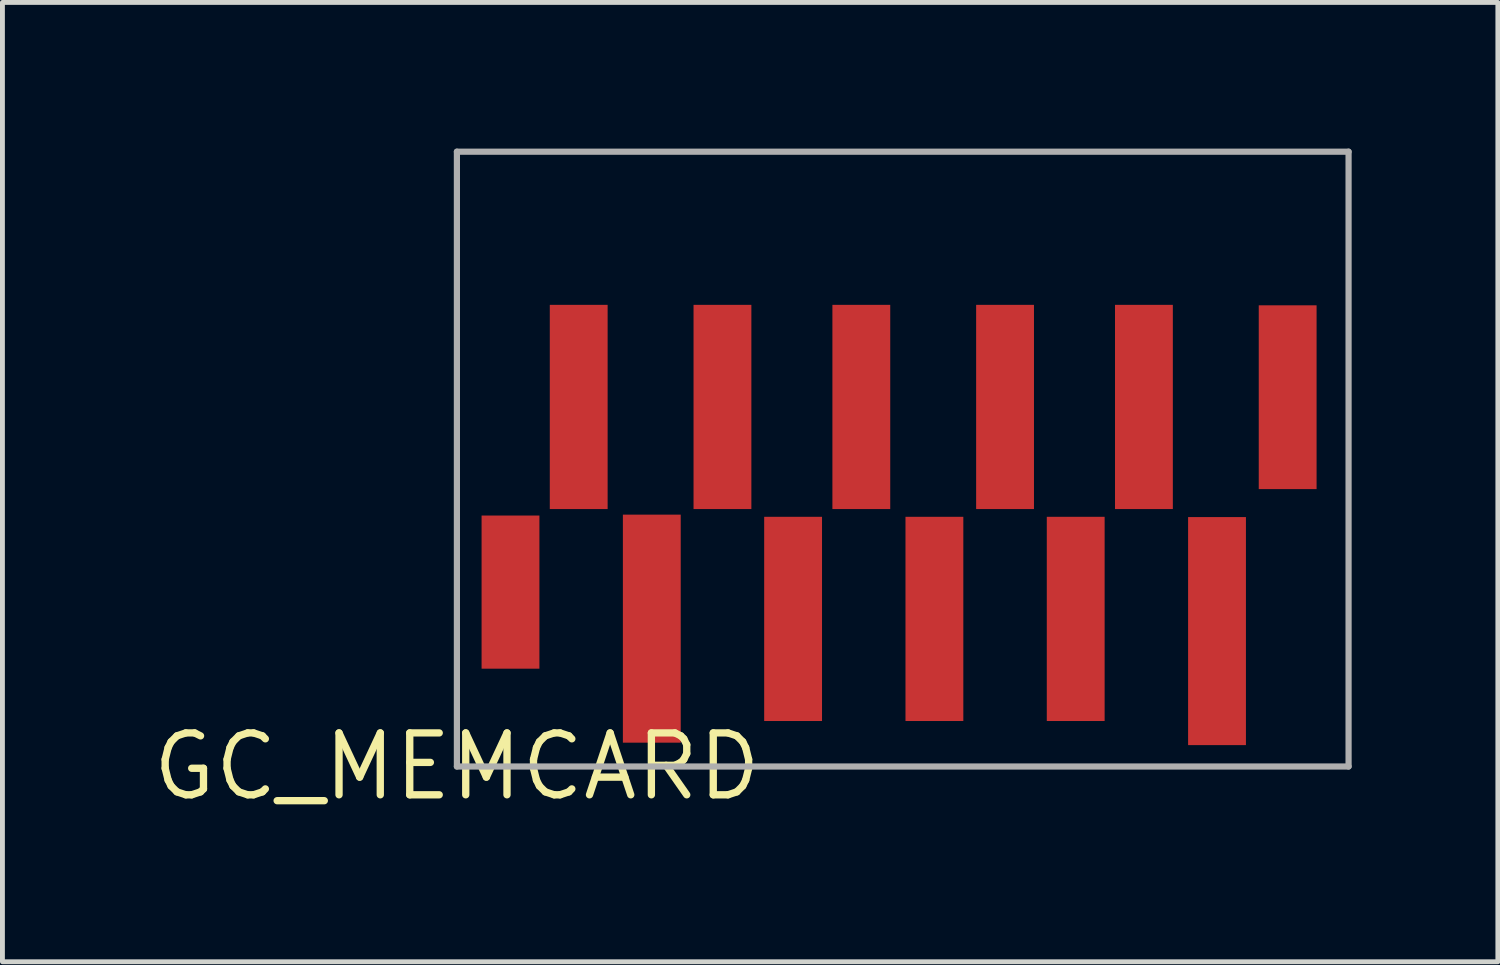
<source format=kicad_pcb>
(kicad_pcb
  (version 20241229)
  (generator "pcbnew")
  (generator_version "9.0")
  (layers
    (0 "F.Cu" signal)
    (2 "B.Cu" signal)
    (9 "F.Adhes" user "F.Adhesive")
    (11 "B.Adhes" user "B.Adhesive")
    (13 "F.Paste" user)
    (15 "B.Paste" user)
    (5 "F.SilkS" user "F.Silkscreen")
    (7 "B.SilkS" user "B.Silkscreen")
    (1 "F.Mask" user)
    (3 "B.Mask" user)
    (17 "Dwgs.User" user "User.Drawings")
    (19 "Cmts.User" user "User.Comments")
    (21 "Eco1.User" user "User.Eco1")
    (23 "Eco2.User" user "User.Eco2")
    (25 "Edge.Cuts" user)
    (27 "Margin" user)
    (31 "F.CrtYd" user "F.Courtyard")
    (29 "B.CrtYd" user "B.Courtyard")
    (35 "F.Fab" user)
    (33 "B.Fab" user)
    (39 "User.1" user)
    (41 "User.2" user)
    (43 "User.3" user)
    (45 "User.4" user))
  (footprint "GC_MEMCARD"
    (layer "F.Cu")
    (at 6.327 12.682)
    (property "Reference" "GC_MEMCARD" (at 0 0 0) (layer "F.SilkS") (effects (font (size 1.27 1.27) (thickness 0.15))))
    (fp_line (start 0 -12.619) (end 18.3 -12.619) (stroke (width 0.127) (type solid)) (layer "F.Fab"))
    (fp_line (start 0 -0.001) (end 0 -12.619) (stroke (width 0.127) (type solid)) (layer "F.Fab"))
    (fp_line (start 0 -0.001) (end 18.3 -0.001) (stroke (width 0.127) (type solid)) (layer "F.Fab"))
    (fp_line (start 18.3 -0.001) (end 18.3 -12.619) (stroke (width 0.127) (type solid)) (layer "F.Fab"))
    (pad "1" smd rect (at 17.05 -7.58) (size 1.187 3.772) (layers "F.Cu" "F.Mask" "F.Paste"))
    (pad "2" smd rect (at 15.6 -2.78) (size 1.187 4.68) (layers "F.Cu" "F.Mask" "F.Paste"))
    (pad "3" smd rect (at 14.1 -7.38) (size 1.187 4.191) (layers "F.Cu" "F.Mask" "F.Paste"))
    (pad "4" smd rect (at 12.7 -3.03) (size 1.187 4.191) (layers "F.Cu" "F.Mask" "F.Paste"))
    (pad "5" smd rect (at 11.25 -7.38) (size 1.187 4.191) (layers "F.Cu" "F.Mask" "F.Paste"))
    (pad "6" smd rect (at 9.8 -3.03) (size 1.187 4.191) (layers "F.Cu" "F.Mask" "F.Paste"))
    (pad "7" smd rect (at 8.3 -7.38) (size 1.187 4.191) (layers "F.Cu" "F.Mask" "F.Paste"))
    (pad "8" smd rect (at 6.9 -3.03) (size 1.187 4.191) (layers "F.Cu" "F.Mask" "F.Paste"))
    (pad "9" smd rect (at 5.45 -7.38) (size 1.187 4.191) (layers "F.Cu" "F.Mask" "F.Paste"))
    (pad "10" smd rect (at 4 -2.83) (size 1.187 4.68) (layers "F.Cu" "F.Mask" "F.Paste"))
    (pad "11" smd rect (at 2.5 -7.38) (size 1.187 4.191) (layers "F.Cu" "F.Mask" "F.Paste"))
    (pad "12" smd rect (at 1.1 -3.58) (size 1.187 3.143) (layers "F.Cu" "F.Mask" "F.Paste")))
  (gr_rect
    (start -3 -3)
    (end 27.691 16.688)
    (stroke (width 0.1) (type default))
    (fill no)
    (layer "Edge.Cuts")))
</source>
